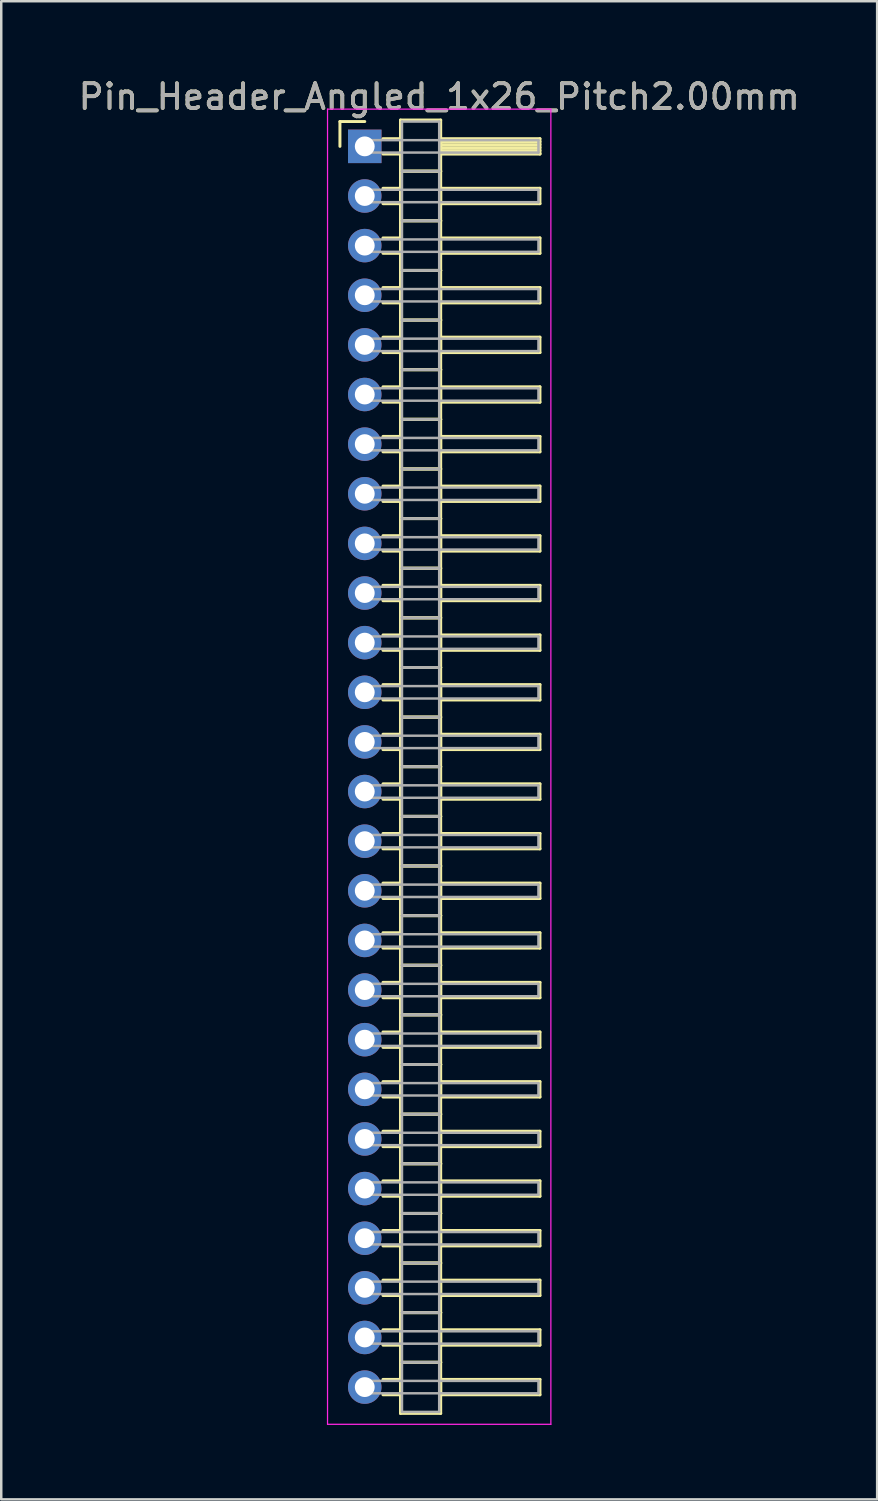
<source format=kicad_pcb>
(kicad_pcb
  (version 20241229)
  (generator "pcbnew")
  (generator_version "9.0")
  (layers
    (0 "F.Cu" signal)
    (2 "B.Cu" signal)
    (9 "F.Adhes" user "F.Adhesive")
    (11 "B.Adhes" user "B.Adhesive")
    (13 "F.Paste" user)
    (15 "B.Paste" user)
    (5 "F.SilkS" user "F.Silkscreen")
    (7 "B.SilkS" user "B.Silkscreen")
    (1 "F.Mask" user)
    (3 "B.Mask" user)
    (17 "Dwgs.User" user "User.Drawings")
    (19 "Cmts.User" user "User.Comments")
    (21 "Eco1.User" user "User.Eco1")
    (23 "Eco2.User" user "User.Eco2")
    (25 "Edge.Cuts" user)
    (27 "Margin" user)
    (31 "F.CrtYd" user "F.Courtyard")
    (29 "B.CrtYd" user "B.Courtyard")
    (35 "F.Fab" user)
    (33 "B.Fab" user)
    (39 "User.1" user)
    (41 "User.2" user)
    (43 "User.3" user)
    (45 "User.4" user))
  (footprint "Pin_Header_Angled_1x26_Pitch2.00mm"
    (layer "F.Cu")
    (at 11.649 2.848)
    (property "Reference" "Pin_Header_Angled_1x26_Pitch2.00mm" (at 3 -2 0) (layer "F.SilkS") (effects (font (size 1 1) (thickness 0.15))))
    (attr through_hole)
    (fp_line (start -1 -1) (end 0 -1) (stroke (width 0.12) (type solid)) (layer "F.SilkS"))
    (fp_line (start -1 0) (end -1 -1) (stroke (width 0.12) (type solid)) (layer "F.SilkS"))
    (fp_line (start 0.735 -0.31) (end 1.44 -0.31) (stroke (width 0.12) (type solid)) (layer "F.SilkS"))
    (fp_line (start 0.735 0.31) (end 1.44 0.31) (stroke (width 0.12) (type solid)) (layer "F.SilkS"))
    (fp_line (start 0.735 1.69) (end 1.44 1.69) (stroke (width 0.12) (type solid)) (layer "F.SilkS"))
    (fp_line (start 0.735 2.31) (end 1.44 2.31) (stroke (width 0.12) (type solid)) (layer "F.SilkS"))
    (fp_line (start 0.735 3.69) (end 1.44 3.69) (stroke (width 0.12) (type solid)) (layer "F.SilkS"))
    (fp_line (start 0.735 4.31) (end 1.44 4.31) (stroke (width 0.12) (type solid)) (layer "F.SilkS"))
    (fp_line (start 0.735 5.69) (end 1.44 5.69) (stroke (width 0.12) (type solid)) (layer "F.SilkS"))
    (fp_line (start 0.735 6.31) (end 1.44 6.31) (stroke (width 0.12) (type solid)) (layer "F.SilkS"))
    (fp_line (start 0.735 7.69) (end 1.44 7.69) (stroke (width 0.12) (type solid)) (layer "F.SilkS"))
    (fp_line (start 0.735 8.31) (end 1.44 8.31) (stroke (width 0.12) (type solid)) (layer "F.SilkS"))
    (fp_line (start 0.735 9.69) (end 1.44 9.69) (stroke (width 0.12) (type solid)) (layer "F.SilkS"))
    (fp_line (start 0.735 10.31) (end 1.44 10.31) (stroke (width 0.12) (type solid)) (layer "F.SilkS"))
    (fp_line (start 0.735 11.69) (end 1.44 11.69) (stroke (width 0.12) (type solid)) (layer "F.SilkS"))
    (fp_line (start 0.735 12.31) (end 1.44 12.31) (stroke (width 0.12) (type solid)) (layer "F.SilkS"))
    (fp_line (start 0.735 13.69) (end 1.44 13.69) (stroke (width 0.12) (type solid)) (layer "F.SilkS"))
    (fp_line (start 0.735 14.31) (end 1.44 14.31) (stroke (width 0.12) (type solid)) (layer "F.SilkS"))
    (fp_line (start 0.735 15.69) (end 1.44 15.69) (stroke (width 0.12) (type solid)) (layer "F.SilkS"))
    (fp_line (start 0.735 16.31) (end 1.44 16.31) (stroke (width 0.12) (type solid)) (layer "F.SilkS"))
    (fp_line (start 0.735 17.69) (end 1.44 17.69) (stroke (width 0.12) (type solid)) (layer "F.SilkS"))
    (fp_line (start 0.735 18.31) (end 1.44 18.31) (stroke (width 0.12) (type solid)) (layer "F.SilkS"))
    (fp_line (start 0.735 19.69) (end 1.44 19.69) (stroke (width 0.12) (type solid)) (layer "F.SilkS"))
    (fp_line (start 0.735 20.31) (end 1.44 20.31) (stroke (width 0.12) (type solid)) (layer "F.SilkS"))
    (fp_line (start 0.735 21.69) (end 1.44 21.69) (stroke (width 0.12) (type solid)) (layer "F.SilkS"))
    (fp_line (start 0.735 22.31) (end 1.44 22.31) (stroke (width 0.12) (type solid)) (layer "F.SilkS"))
    (fp_line (start 0.735 23.69) (end 1.44 23.69) (stroke (width 0.12) (type solid)) (layer "F.SilkS"))
    (fp_line (start 0.735 24.31) (end 1.44 24.31) (stroke (width 0.12) (type solid)) (layer "F.SilkS"))
    (fp_line (start 0.735 25.69) (end 1.44 25.69) (stroke (width 0.12) (type solid)) (layer "F.SilkS"))
    (fp_line (start 0.735 26.31) (end 1.44 26.31) (stroke (width 0.12) (type solid)) (layer "F.SilkS"))
    (fp_line (start 0.735 27.69) (end 1.44 27.69) (stroke (width 0.12) (type solid)) (layer "F.SilkS"))
    (fp_line (start 0.735 28.31) (end 1.44 28.31) (stroke (width 0.12) (type solid)) (layer "F.SilkS"))
    (fp_line (start 0.735 29.69) (end 1.44 29.69) (stroke (width 0.12) (type solid)) (layer "F.SilkS"))
    (fp_line (start 0.735 30.31) (end 1.44 30.31) (stroke (width 0.12) (type solid)) (layer "F.SilkS"))
    (fp_line (start 0.735 31.69) (end 1.44 31.69) (stroke (width 0.12) (type solid)) (layer "F.SilkS"))
    (fp_line (start 0.735 32.31) (end 1.44 32.31) (stroke (width 0.12) (type solid)) (layer "F.SilkS"))
    (fp_line (start 0.735 33.69) (end 1.44 33.69) (stroke (width 0.12) (type solid)) (layer "F.SilkS"))
    (fp_line (start 0.735 34.31) (end 1.44 34.31) (stroke (width 0.12) (type solid)) (layer "F.SilkS"))
    (fp_line (start 0.735 35.69) (end 1.44 35.69) (stroke (width 0.12) (type solid)) (layer "F.SilkS"))
    (fp_line (start 0.735 36.31) (end 1.44 36.31) (stroke (width 0.12) (type solid)) (layer "F.SilkS"))
    (fp_line (start 0.735 37.69) (end 1.44 37.69) (stroke (width 0.12) (type solid)) (layer "F.SilkS"))
    (fp_line (start 0.735 38.31) (end 1.44 38.31) (stroke (width 0.12) (type solid)) (layer "F.SilkS"))
    (fp_line (start 0.735 39.69) (end 1.44 39.69) (stroke (width 0.12) (type solid)) (layer "F.SilkS"))
    (fp_line (start 0.735 40.31) (end 1.44 40.31) (stroke (width 0.12) (type solid)) (layer "F.SilkS"))
    (fp_line (start 0.735 41.69) (end 1.44 41.69) (stroke (width 0.12) (type solid)) (layer "F.SilkS"))
    (fp_line (start 0.735 42.31) (end 1.44 42.31) (stroke (width 0.12) (type solid)) (layer "F.SilkS"))
    (fp_line (start 0.735 43.69) (end 1.44 43.69) (stroke (width 0.12) (type solid)) (layer "F.SilkS"))
    (fp_line (start 0.735 44.31) (end 1.44 44.31) (stroke (width 0.12) (type solid)) (layer "F.SilkS"))
    (fp_line (start 0.735 45.69) (end 1.44 45.69) (stroke (width 0.12) (type solid)) (layer "F.SilkS"))
    (fp_line (start 0.735 46.31) (end 1.44 46.31) (stroke (width 0.12) (type solid)) (layer "F.SilkS"))
    (fp_line (start 0.735 47.69) (end 1.44 47.69) (stroke (width 0.12) (type solid)) (layer "F.SilkS"))
    (fp_line (start 0.735 48.31) (end 1.44 48.31) (stroke (width 0.12) (type solid)) (layer "F.SilkS"))
    (fp_line (start 0.735 49.69) (end 1.44 49.69) (stroke (width 0.12) (type solid)) (layer "F.SilkS"))
    (fp_line (start 0.735 50.31) (end 1.44 50.31) (stroke (width 0.12) (type solid)) (layer "F.SilkS"))
    (fp_line (start 1.44 -1.06) (end 1.44 1) (stroke (width 0.12) (type solid)) (layer "F.SilkS"))
    (fp_line (start 1.44 1) (end 1.44 3) (stroke (width 0.12) (type solid)) (layer "F.SilkS"))
    (fp_line (start 1.44 1) (end 3.06 1) (stroke (width 0.12) (type solid)) (layer "F.SilkS"))
    (fp_line (start 1.44 3) (end 1.44 5) (stroke (width 0.12) (type solid)) (layer "F.SilkS"))
    (fp_line (start 1.44 3) (end 3.06 3) (stroke (width 0.12) (type solid)) (layer "F.SilkS"))
    (fp_line (start 1.44 5) (end 1.44 7) (stroke (width 0.12) (type solid)) (layer "F.SilkS"))
    (fp_line (start 1.44 5) (end 3.06 5) (stroke (width 0.12) (type solid)) (layer "F.SilkS"))
    (fp_line (start 1.44 7) (end 1.44 9) (stroke (width 0.12) (type solid)) (layer "F.SilkS"))
    (fp_line (start 1.44 7) (end 3.06 7) (stroke (width 0.12) (type solid)) (layer "F.SilkS"))
    (fp_line (start 1.44 9) (end 1.44 11) (stroke (width 0.12) (type solid)) (layer "F.SilkS"))
    (fp_line (start 1.44 9) (end 3.06 9) (stroke (width 0.12) (type solid)) (layer "F.SilkS"))
    (fp_line (start 1.44 11) (end 1.44 13) (stroke (width 0.12) (type solid)) (layer "F.SilkS"))
    (fp_line (start 1.44 11) (end 3.06 11) (stroke (width 0.12) (type solid)) (layer "F.SilkS"))
    (fp_line (start 1.44 13) (end 1.44 15) (stroke (width 0.12) (type solid)) (layer "F.SilkS"))
    (fp_line (start 1.44 13) (end 3.06 13) (stroke (width 0.12) (type solid)) (layer "F.SilkS"))
    (fp_line (start 1.44 15) (end 1.44 17) (stroke (width 0.12) (type solid)) (layer "F.SilkS"))
    (fp_line (start 1.44 15) (end 3.06 15) (stroke (width 0.12) (type solid)) (layer "F.SilkS"))
    (fp_line (start 1.44 17) (end 1.44 19) (stroke (width 0.12) (type solid)) (layer "F.SilkS"))
    (fp_line (start 1.44 17) (end 3.06 17) (stroke (width 0.12) (type solid)) (layer "F.SilkS"))
    (fp_line (start 1.44 19) (end 1.44 21) (stroke (width 0.12) (type solid)) (layer "F.SilkS"))
    (fp_line (start 1.44 19) (end 3.06 19) (stroke (width 0.12) (type solid)) (layer "F.SilkS"))
    (fp_line (start 1.44 21) (end 1.44 23) (stroke (width 0.12) (type solid)) (layer "F.SilkS"))
    (fp_line (start 1.44 21) (end 3.06 21) (stroke (width 0.12) (type solid)) (layer "F.SilkS"))
    (fp_line (start 1.44 23) (end 1.44 25) (stroke (width 0.12) (type solid)) (layer "F.SilkS"))
    (fp_line (start 1.44 23) (end 3.06 23) (stroke (width 0.12) (type solid)) (layer "F.SilkS"))
    (fp_line (start 1.44 25) (end 1.44 27) (stroke (width 0.12) (type solid)) (layer "F.SilkS"))
    (fp_line (start 1.44 25) (end 3.06 25) (stroke (width 0.12) (type solid)) (layer "F.SilkS"))
    (fp_line (start 1.44 27) (end 1.44 29) (stroke (width 0.12) (type solid)) (layer "F.SilkS"))
    (fp_line (start 1.44 27) (end 3.06 27) (stroke (width 0.12) (type solid)) (layer "F.SilkS"))
    (fp_line (start 1.44 29) (end 1.44 31) (stroke (width 0.12) (type solid)) (layer "F.SilkS"))
    (fp_line (start 1.44 29) (end 3.06 29) (stroke (width 0.12) (type solid)) (layer "F.SilkS"))
    (fp_line (start 1.44 31) (end 1.44 33) (stroke (width 0.12) (type solid)) (layer "F.SilkS"))
    (fp_line (start 1.44 31) (end 3.06 31) (stroke (width 0.12) (type solid)) (layer "F.SilkS"))
    (fp_line (start 1.44 33) (end 1.44 35) (stroke (width 0.12) (type solid)) (layer "F.SilkS"))
    (fp_line (start 1.44 33) (end 3.06 33) (stroke (width 0.12) (type solid)) (layer "F.SilkS"))
    (fp_line (start 1.44 35) (end 1.44 37) (stroke (width 0.12) (type solid)) (layer "F.SilkS"))
    (fp_line (start 1.44 35) (end 3.06 35) (stroke (width 0.12) (type solid)) (layer "F.SilkS"))
    (fp_line (start 1.44 37) (end 1.44 39) (stroke (width 0.12) (type solid)) (layer "F.SilkS"))
    (fp_line (start 1.44 37) (end 3.06 37) (stroke (width 0.12) (type solid)) (layer "F.SilkS"))
    (fp_line (start 1.44 39) (end 1.44 41) (stroke (width 0.12) (type solid)) (layer "F.SilkS"))
    (fp_line (start 1.44 39) (end 3.06 39) (stroke (width 0.12) (type solid)) (layer "F.SilkS"))
    (fp_line (start 1.44 41) (end 1.44 43) (stroke (width 0.12) (type solid)) (layer "F.SilkS"))
    (fp_line (start 1.44 41) (end 3.06 41) (stroke (width 0.12) (type solid)) (layer "F.SilkS"))
    (fp_line (start 1.44 43) (end 1.44 45) (stroke (width 0.12) (type solid)) (layer "F.SilkS"))
    (fp_line (start 1.44 43) (end 3.06 43) (stroke (width 0.12) (type solid)) (layer "F.SilkS"))
    (fp_line (start 1.44 45) (end 1.44 47) (stroke (width 0.12) (type solid)) (layer "F.SilkS"))
    (fp_line (start 1.44 45) (end 3.06 45) (stroke (width 0.12) (type solid)) (layer "F.SilkS"))
    (fp_line (start 1.44 47) (end 1.44 49) (stroke (width 0.12) (type solid)) (layer "F.SilkS"))
    (fp_line (start 1.44 47) (end 3.06 47) (stroke (width 0.12) (type solid)) (layer "F.SilkS"))
    (fp_line (start 1.44 49) (end 1.44 51.06) (stroke (width 0.12) (type solid)) (layer "F.SilkS"))
    (fp_line (start 1.44 49) (end 3.06 49) (stroke (width 0.12) (type solid)) (layer "F.SilkS"))
    (fp_line (start 1.44 51.06) (end 3.06 51.06) (stroke (width 0.12) (type solid)) (layer "F.SilkS"))
    (fp_line (start 3.06 -1.06) (end 1.44 -1.06) (stroke (width 0.12) (type solid)) (layer "F.SilkS"))
    (fp_line (start 3.06 -0.31) (end 3.06 0.31) (stroke (width 0.12) (type solid)) (layer "F.SilkS"))
    (fp_line (start 3.06 -0.19) (end 7.06 -0.19) (stroke (width 0.12) (type solid)) (layer "F.SilkS"))
    (fp_line (start 3.06 -0.07) (end 7.06 -0.07) (stroke (width 0.12) (type solid)) (layer "F.SilkS"))
    (fp_line (start 3.06 0.05) (end 7.06 0.05) (stroke (width 0.12) (type solid)) (layer "F.SilkS"))
    (fp_line (start 3.06 0.17) (end 7.06 0.17) (stroke (width 0.12) (type solid)) (layer "F.SilkS"))
    (fp_line (start 3.06 0.29) (end 7.06 0.29) (stroke (width 0.12) (type solid)) (layer "F.SilkS"))
    (fp_line (start 3.06 0.31) (end 7.06 0.31) (stroke (width 0.12) (type solid)) (layer "F.SilkS"))
    (fp_line (start 3.06 1) (end 1.44 1) (stroke (width 0.12) (type solid)) (layer "F.SilkS"))
    (fp_line (start 3.06 1) (end 3.06 -1.06) (stroke (width 0.12) (type solid)) (layer "F.SilkS"))
    (fp_line (start 3.06 1.69) (end 3.06 2.31) (stroke (width 0.12) (type solid)) (layer "F.SilkS"))
    (fp_line (start 3.06 2.31) (end 7.06 2.31) (stroke (width 0.12) (type solid)) (layer "F.SilkS"))
    (fp_line (start 3.06 3) (end 1.44 3) (stroke (width 0.12) (type solid)) (layer "F.SilkS"))
    (fp_line (start 3.06 3) (end 3.06 1) (stroke (width 0.12) (type solid)) (layer "F.SilkS"))
    (fp_line (start 3.06 3.69) (end 3.06 4.31) (stroke (width 0.12) (type solid)) (layer "F.SilkS"))
    (fp_line (start 3.06 4.31) (end 7.06 4.31) (stroke (width 0.12) (type solid)) (layer "F.SilkS"))
    (fp_line (start 3.06 5) (end 1.44 5) (stroke (width 0.12) (type solid)) (layer "F.SilkS"))
    (fp_line (start 3.06 5) (end 3.06 3) (stroke (width 0.12) (type solid)) (layer "F.SilkS"))
    (fp_line (start 3.06 5.69) (end 3.06 6.31) (stroke (width 0.12) (type solid)) (layer "F.SilkS"))
    (fp_line (start 3.06 6.31) (end 7.06 6.31) (stroke (width 0.12) (type solid)) (layer "F.SilkS"))
    (fp_line (start 3.06 7) (end 1.44 7) (stroke (width 0.12) (type solid)) (layer "F.SilkS"))
    (fp_line (start 3.06 7) (end 3.06 5) (stroke (width 0.12) (type solid)) (layer "F.SilkS"))
    (fp_line (start 3.06 7.69) (end 3.06 8.31) (stroke (width 0.12) (type solid)) (layer "F.SilkS"))
    (fp_line (start 3.06 8.31) (end 7.06 8.31) (stroke (width 0.12) (type solid)) (layer "F.SilkS"))
    (fp_line (start 3.06 9) (end 1.44 9) (stroke (width 0.12) (type solid)) (layer "F.SilkS"))
    (fp_line (start 3.06 9) (end 3.06 7) (stroke (width 0.12) (type solid)) (layer "F.SilkS"))
    (fp_line (start 3.06 9.69) (end 3.06 10.31) (stroke (width 0.12) (type solid)) (layer "F.SilkS"))
    (fp_line (start 3.06 10.31) (end 7.06 10.31) (stroke (width 0.12) (type solid)) (layer "F.SilkS"))
    (fp_line (start 3.06 11) (end 1.44 11) (stroke (width 0.12) (type solid)) (layer "F.SilkS"))
    (fp_line (start 3.06 11) (end 3.06 9) (stroke (width 0.12) (type solid)) (layer "F.SilkS"))
    (fp_line (start 3.06 11.69) (end 3.06 12.31) (stroke (width 0.12) (type solid)) (layer "F.SilkS"))
    (fp_line (start 3.06 12.31) (end 7.06 12.31) (stroke (width 0.12) (type solid)) (layer "F.SilkS"))
    (fp_line (start 3.06 13) (end 1.44 13) (stroke (width 0.12) (type solid)) (layer "F.SilkS"))
    (fp_line (start 3.06 13) (end 3.06 11) (stroke (width 0.12) (type solid)) (layer "F.SilkS"))
    (fp_line (start 3.06 13.69) (end 3.06 14.31) (stroke (width 0.12) (type solid)) (layer "F.SilkS"))
    (fp_line (start 3.06 14.31) (end 7.06 14.31) (stroke (width 0.12) (type solid)) (layer "F.SilkS"))
    (fp_line (start 3.06 15) (end 1.44 15) (stroke (width 0.12) (type solid)) (layer "F.SilkS"))
    (fp_line (start 3.06 15) (end 3.06 13) (stroke (width 0.12) (type solid)) (layer "F.SilkS"))
    (fp_line (start 3.06 15.69) (end 3.06 16.31) (stroke (width 0.12) (type solid)) (layer "F.SilkS"))
    (fp_line (start 3.06 16.31) (end 7.06 16.31) (stroke (width 0.12) (type solid)) (layer "F.SilkS"))
    (fp_line (start 3.06 17) (end 1.44 17) (stroke (width 0.12) (type solid)) (layer "F.SilkS"))
    (fp_line (start 3.06 17) (end 3.06 15) (stroke (width 0.12) (type solid)) (layer "F.SilkS"))
    (fp_line (start 3.06 17.69) (end 3.06 18.31) (stroke (width 0.12) (type solid)) (layer "F.SilkS"))
    (fp_line (start 3.06 18.31) (end 7.06 18.31) (stroke (width 0.12) (type solid)) (layer "F.SilkS"))
    (fp_line (start 3.06 19) (end 1.44 19) (stroke (width 0.12) (type solid)) (layer "F.SilkS"))
    (fp_line (start 3.06 19) (end 3.06 17) (stroke (width 0.12) (type solid)) (layer "F.SilkS"))
    (fp_line (start 3.06 19.69) (end 3.06 20.31) (stroke (width 0.12) (type solid)) (layer "F.SilkS"))
    (fp_line (start 3.06 20.31) (end 7.06 20.31) (stroke (width 0.12) (type solid)) (layer "F.SilkS"))
    (fp_line (start 3.06 21) (end 1.44 21) (stroke (width 0.12) (type solid)) (layer "F.SilkS"))
    (fp_line (start 3.06 21) (end 3.06 19) (stroke (width 0.12) (type solid)) (layer "F.SilkS"))
    (fp_line (start 3.06 21.69) (end 3.06 22.31) (stroke (width 0.12) (type solid)) (layer "F.SilkS"))
    (fp_line (start 3.06 22.31) (end 7.06 22.31) (stroke (width 0.12) (type solid)) (layer "F.SilkS"))
    (fp_line (start 3.06 23) (end 1.44 23) (stroke (width 0.12) (type solid)) (layer "F.SilkS"))
    (fp_line (start 3.06 23) (end 3.06 21) (stroke (width 0.12) (type solid)) (layer "F.SilkS"))
    (fp_line (start 3.06 23.69) (end 3.06 24.31) (stroke (width 0.12) (type solid)) (layer "F.SilkS"))
    (fp_line (start 3.06 24.31) (end 7.06 24.31) (stroke (width 0.12) (type solid)) (layer "F.SilkS"))
    (fp_line (start 3.06 25) (end 1.44 25) (stroke (width 0.12) (type solid)) (layer "F.SilkS"))
    (fp_line (start 3.06 25) (end 3.06 23) (stroke (width 0.12) (type solid)) (layer "F.SilkS"))
    (fp_line (start 3.06 25.69) (end 3.06 26.31) (stroke (width 0.12) (type solid)) (layer "F.SilkS"))
    (fp_line (start 3.06 26.31) (end 7.06 26.31) (stroke (width 0.12) (type solid)) (layer "F.SilkS"))
    (fp_line (start 3.06 27) (end 1.44 27) (stroke (width 0.12) (type solid)) (layer "F.SilkS"))
    (fp_line (start 3.06 27) (end 3.06 25) (stroke (width 0.12) (type solid)) (layer "F.SilkS"))
    (fp_line (start 3.06 27.69) (end 3.06 28.31) (stroke (width 0.12) (type solid)) (layer "F.SilkS"))
    (fp_line (start 3.06 28.31) (end 7.06 28.31) (stroke (width 0.12) (type solid)) (layer "F.SilkS"))
    (fp_line (start 3.06 29) (end 1.44 29) (stroke (width 0.12) (type solid)) (layer "F.SilkS"))
    (fp_line (start 3.06 29) (end 3.06 27) (stroke (width 0.12) (type solid)) (layer "F.SilkS"))
    (fp_line (start 3.06 29.69) (end 3.06 30.31) (stroke (width 0.12) (type solid)) (layer "F.SilkS"))
    (fp_line (start 3.06 30.31) (end 7.06 30.31) (stroke (width 0.12) (type solid)) (layer "F.SilkS"))
    (fp_line (start 3.06 31) (end 1.44 31) (stroke (width 0.12) (type solid)) (layer "F.SilkS"))
    (fp_line (start 3.06 31) (end 3.06 29) (stroke (width 0.12) (type solid)) (layer "F.SilkS"))
    (fp_line (start 3.06 31.69) (end 3.06 32.31) (stroke (width 0.12) (type solid)) (layer "F.SilkS"))
    (fp_line (start 3.06 32.31) (end 7.06 32.31) (stroke (width 0.12) (type solid)) (layer "F.SilkS"))
    (fp_line (start 3.06 33) (end 1.44 33) (stroke (width 0.12) (type solid)) (layer "F.SilkS"))
    (fp_line (start 3.06 33) (end 3.06 31) (stroke (width 0.12) (type solid)) (layer "F.SilkS"))
    (fp_line (start 3.06 33.69) (end 3.06 34.31) (stroke (width 0.12) (type solid)) (layer "F.SilkS"))
    (fp_line (start 3.06 34.31) (end 7.06 34.31) (stroke (width 0.12) (type solid)) (layer "F.SilkS"))
    (fp_line (start 3.06 35) (end 1.44 35) (stroke (width 0.12) (type solid)) (layer "F.SilkS"))
    (fp_line (start 3.06 35) (end 3.06 33) (stroke (width 0.12) (type solid)) (layer "F.SilkS"))
    (fp_line (start 3.06 35.69) (end 3.06 36.31) (stroke (width 0.12) (type solid)) (layer "F.SilkS"))
    (fp_line (start 3.06 36.31) (end 7.06 36.31) (stroke (width 0.12) (type solid)) (layer "F.SilkS"))
    (fp_line (start 3.06 37) (end 1.44 37) (stroke (width 0.12) (type solid)) (layer "F.SilkS"))
    (fp_line (start 3.06 37) (end 3.06 35) (stroke (width 0.12) (type solid)) (layer "F.SilkS"))
    (fp_line (start 3.06 37.69) (end 3.06 38.31) (stroke (width 0.12) (type solid)) (layer "F.SilkS"))
    (fp_line (start 3.06 38.31) (end 7.06 38.31) (stroke (width 0.12) (type solid)) (layer "F.SilkS"))
    (fp_line (start 3.06 39) (end 1.44 39) (stroke (width 0.12) (type solid)) (layer "F.SilkS"))
    (fp_line (start 3.06 39) (end 3.06 37) (stroke (width 0.12) (type solid)) (layer "F.SilkS"))
    (fp_line (start 3.06 39.69) (end 3.06 40.31) (stroke (width 0.12) (type solid)) (layer "F.SilkS"))
    (fp_line (start 3.06 40.31) (end 7.06 40.31) (stroke (width 0.12) (type solid)) (layer "F.SilkS"))
    (fp_line (start 3.06 41) (end 1.44 41) (stroke (width 0.12) (type solid)) (layer "F.SilkS"))
    (fp_line (start 3.06 41) (end 3.06 39) (stroke (width 0.12) (type solid)) (layer "F.SilkS"))
    (fp_line (start 3.06 41.69) (end 3.06 42.31) (stroke (width 0.12) (type solid)) (layer "F.SilkS"))
    (fp_line (start 3.06 42.31) (end 7.06 42.31) (stroke (width 0.12) (type solid)) (layer "F.SilkS"))
    (fp_line (start 3.06 43) (end 1.44 43) (stroke (width 0.12) (type solid)) (layer "F.SilkS"))
    (fp_line (start 3.06 43) (end 3.06 41) (stroke (width 0.12) (type solid)) (layer "F.SilkS"))
    (fp_line (start 3.06 43.69) (end 3.06 44.31) (stroke (width 0.12) (type solid)) (layer "F.SilkS"))
    (fp_line (start 3.06 44.31) (end 7.06 44.31) (stroke (width 0.12) (type solid)) (layer "F.SilkS"))
    (fp_line (start 3.06 45) (end 1.44 45) (stroke (width 0.12) (type solid)) (layer "F.SilkS"))
    (fp_line (start 3.06 45) (end 3.06 43) (stroke (width 0.12) (type solid)) (layer "F.SilkS"))
    (fp_line (start 3.06 45.69) (end 3.06 46.31) (stroke (width 0.12) (type solid)) (layer "F.SilkS"))
    (fp_line (start 3.06 46.31) (end 7.06 46.31) (stroke (width 0.12) (type solid)) (layer "F.SilkS"))
    (fp_line (start 3.06 47) (end 1.44 47) (stroke (width 0.12) (type solid)) (layer "F.SilkS"))
    (fp_line (start 3.06 47) (end 3.06 45) (stroke (width 0.12) (type solid)) (layer "F.SilkS"))
    (fp_line (start 3.06 47.69) (end 3.06 48.31) (stroke (width 0.12) (type solid)) (layer "F.SilkS"))
    (fp_line (start 3.06 48.31) (end 7.06 48.31) (stroke (width 0.12) (type solid)) (layer "F.SilkS"))
    (fp_line (start 3.06 49) (end 1.44 49) (stroke (width 0.12) (type solid)) (layer "F.SilkS"))
    (fp_line (start 3.06 49) (end 3.06 47) (stroke (width 0.12) (type solid)) (layer "F.SilkS"))
    (fp_line (start 3.06 49.69) (end 3.06 50.31) (stroke (width 0.12) (type solid)) (layer "F.SilkS"))
    (fp_line (start 3.06 50.31) (end 7.06 50.31) (stroke (width 0.12) (type solid)) (layer "F.SilkS"))
    (fp_line (start 3.06 51.06) (end 3.06 49) (stroke (width 0.12) (type solid)) (layer "F.SilkS"))
    (fp_line (start 7.06 -0.31) (end 3.06 -0.31) (stroke (width 0.12) (type solid)) (layer "F.SilkS"))
    (fp_line (start 7.06 0.31) (end 7.06 -0.31) (stroke (width 0.12) (type solid)) (layer "F.SilkS"))
    (fp_line (start 7.06 1.69) (end 3.06 1.69) (stroke (width 0.12) (type solid)) (layer "F.SilkS"))
    (fp_line (start 7.06 2.31) (end 7.06 1.69) (stroke (width 0.12) (type solid)) (layer "F.SilkS"))
    (fp_line (start 7.06 3.69) (end 3.06 3.69) (stroke (width 0.12) (type solid)) (layer "F.SilkS"))
    (fp_line (start 7.06 4.31) (end 7.06 3.69) (stroke (width 0.12) (type solid)) (layer "F.SilkS"))
    (fp_line (start 7.06 5.69) (end 3.06 5.69) (stroke (width 0.12) (type solid)) (layer "F.SilkS"))
    (fp_line (start 7.06 6.31) (end 7.06 5.69) (stroke (width 0.12) (type solid)) (layer "F.SilkS"))
    (fp_line (start 7.06 7.69) (end 3.06 7.69) (stroke (width 0.12) (type solid)) (layer "F.SilkS"))
    (fp_line (start 7.06 8.31) (end 7.06 7.69) (stroke (width 0.12) (type solid)) (layer "F.SilkS"))
    (fp_line (start 7.06 9.69) (end 3.06 9.69) (stroke (width 0.12) (type solid)) (layer "F.SilkS"))
    (fp_line (start 7.06 10.31) (end 7.06 9.69) (stroke (width 0.12) (type solid)) (layer "F.SilkS"))
    (fp_line (start 7.06 11.69) (end 3.06 11.69) (stroke (width 0.12) (type solid)) (layer "F.SilkS"))
    (fp_line (start 7.06 12.31) (end 7.06 11.69) (stroke (width 0.12) (type solid)) (layer "F.SilkS"))
    (fp_line (start 7.06 13.69) (end 3.06 13.69) (stroke (width 0.12) (type solid)) (layer "F.SilkS"))
    (fp_line (start 7.06 14.31) (end 7.06 13.69) (stroke (width 0.12) (type solid)) (layer "F.SilkS"))
    (fp_line (start 7.06 15.69) (end 3.06 15.69) (stroke (width 0.12) (type solid)) (layer "F.SilkS"))
    (fp_line (start 7.06 16.31) (end 7.06 15.69) (stroke (width 0.12) (type solid)) (layer "F.SilkS"))
    (fp_line (start 7.06 17.69) (end 3.06 17.69) (stroke (width 0.12) (type solid)) (layer "F.SilkS"))
    (fp_line (start 7.06 18.31) (end 7.06 17.69) (stroke (width 0.12) (type solid)) (layer "F.SilkS"))
    (fp_line (start 7.06 19.69) (end 3.06 19.69) (stroke (width 0.12) (type solid)) (layer "F.SilkS"))
    (fp_line (start 7.06 20.31) (end 7.06 19.69) (stroke (width 0.12) (type solid)) (layer "F.SilkS"))
    (fp_line (start 7.06 21.69) (end 3.06 21.69) (stroke (width 0.12) (type solid)) (layer "F.SilkS"))
    (fp_line (start 7.06 22.31) (end 7.06 21.69) (stroke (width 0.12) (type solid)) (layer "F.SilkS"))
    (fp_line (start 7.06 23.69) (end 3.06 23.69) (stroke (width 0.12) (type solid)) (layer "F.SilkS"))
    (fp_line (start 7.06 24.31) (end 7.06 23.69) (stroke (width 0.12) (type solid)) (layer "F.SilkS"))
    (fp_line (start 7.06 25.69) (end 3.06 25.69) (stroke (width 0.12) (type solid)) (layer "F.SilkS"))
    (fp_line (start 7.06 26.31) (end 7.06 25.69) (stroke (width 0.12) (type solid)) (layer "F.SilkS"))
    (fp_line (start 7.06 27.69) (end 3.06 27.69) (stroke (width 0.12) (type solid)) (layer "F.SilkS"))
    (fp_line (start 7.06 28.31) (end 7.06 27.69) (stroke (width 0.12) (type solid)) (layer "F.SilkS"))
    (fp_line (start 7.06 29.69) (end 3.06 29.69) (stroke (width 0.12) (type solid)) (layer "F.SilkS"))
    (fp_line (start 7.06 30.31) (end 7.06 29.69) (stroke (width 0.12) (type solid)) (layer "F.SilkS"))
    (fp_line (start 7.06 31.69) (end 3.06 31.69) (stroke (width 0.12) (type solid)) (layer "F.SilkS"))
    (fp_line (start 7.06 32.31) (end 7.06 31.69) (stroke (width 0.12) (type solid)) (layer "F.SilkS"))
    (fp_line (start 7.06 33.69) (end 3.06 33.69) (stroke (width 0.12) (type solid)) (layer "F.SilkS"))
    (fp_line (start 7.06 34.31) (end 7.06 33.69) (stroke (width 0.12) (type solid)) (layer "F.SilkS"))
    (fp_line (start 7.06 35.69) (end 3.06 35.69) (stroke (width 0.12) (type solid)) (layer "F.SilkS"))
    (fp_line (start 7.06 36.31) (end 7.06 35.69) (stroke (width 0.12) (type solid)) (layer "F.SilkS"))
    (fp_line (start 7.06 37.69) (end 3.06 37.69) (stroke (width 0.12) (type solid)) (layer "F.SilkS"))
    (fp_line (start 7.06 38.31) (end 7.06 37.69) (stroke (width 0.12) (type solid)) (layer "F.SilkS"))
    (fp_line (start 7.06 39.69) (end 3.06 39.69) (stroke (width 0.12) (type solid)) (layer "F.SilkS"))
    (fp_line (start 7.06 40.31) (end 7.06 39.69) (stroke (width 0.12) (type solid)) (layer "F.SilkS"))
    (fp_line (start 7.06 41.69) (end 3.06 41.69) (stroke (width 0.12) (type solid)) (layer "F.SilkS"))
    (fp_line (start 7.06 42.31) (end 7.06 41.69) (stroke (width 0.12) (type solid)) (layer "F.SilkS"))
    (fp_line (start 7.06 43.69) (end 3.06 43.69) (stroke (width 0.12) (type solid)) (layer "F.SilkS"))
    (fp_line (start 7.06 44.31) (end 7.06 43.69) (stroke (width 0.12) (type solid)) (layer "F.SilkS"))
    (fp_line (start 7.06 45.69) (end 3.06 45.69) (stroke (width 0.12) (type solid)) (layer "F.SilkS"))
    (fp_line (start 7.06 46.31) (end 7.06 45.69) (stroke (width 0.12) (type solid)) (layer "F.SilkS"))
    (fp_line (start 7.06 47.69) (end 3.06 47.69) (stroke (width 0.12) (type solid)) (layer "F.SilkS"))
    (fp_line (start 7.06 48.31) (end 7.06 47.69) (stroke (width 0.12) (type solid)) (layer "F.SilkS"))
    (fp_line (start 7.06 49.69) (end 3.06 49.69) (stroke (width 0.12) (type solid)) (layer "F.SilkS"))
    (fp_line (start 7.06 50.31) (end 7.06 49.69) (stroke (width 0.12) (type solid)) (layer "F.SilkS"))
    (fp_line (start -1.5 -1.5) (end -1.5 51.5) (stroke (width 0.05) (type solid)) (layer "F.CrtYd"))
    (fp_line (start -1.5 51.5) (end 7.5 51.5) (stroke (width 0.05) (type solid)) (layer "F.CrtYd"))
    (fp_line (start 7.5 -1.5) (end -1.5 -1.5) (stroke (width 0.05) (type solid)) (layer "F.CrtYd"))
    (fp_line (start 7.5 51.5) (end 7.5 -1.5) (stroke (width 0.05) (type solid)) (layer "F.CrtYd"))
    (fp_line (start 0 -0.25) (end 0 0.25) (stroke (width 0.1) (type solid)) (layer "F.Fab"))
    (fp_line (start 0 0.25) (end 7 0.25) (stroke (width 0.1) (type solid)) (layer "F.Fab"))
    (fp_line (start 0 1.75) (end 0 2.25) (stroke (width 0.1) (type solid)) (layer "F.Fab"))
    (fp_line (start 0 2.25) (end 7 2.25) (stroke (width 0.1) (type solid)) (layer "F.Fab"))
    (fp_line (start 0 3.75) (end 0 4.25) (stroke (width 0.1) (type solid)) (layer "F.Fab"))
    (fp_line (start 0 4.25) (end 7 4.25) (stroke (width 0.1) (type solid)) (layer "F.Fab"))
    (fp_line (start 0 5.75) (end 0 6.25) (stroke (width 0.1) (type solid)) (layer "F.Fab"))
    (fp_line (start 0 6.25) (end 7 6.25) (stroke (width 0.1) (type solid)) (layer "F.Fab"))
    (fp_line (start 0 7.75) (end 0 8.25) (stroke (width 0.1) (type solid)) (layer "F.Fab"))
    (fp_line (start 0 8.25) (end 7 8.25) (stroke (width 0.1) (type solid)) (layer "F.Fab"))
    (fp_line (start 0 9.75) (end 0 10.25) (stroke (width 0.1) (type solid)) (layer "F.Fab"))
    (fp_line (start 0 10.25) (end 7 10.25) (stroke (width 0.1) (type solid)) (layer "F.Fab"))
    (fp_line (start 0 11.75) (end 0 12.25) (stroke (width 0.1) (type solid)) (layer "F.Fab"))
    (fp_line (start 0 12.25) (end 7 12.25) (stroke (width 0.1) (type solid)) (layer "F.Fab"))
    (fp_line (start 0 13.75) (end 0 14.25) (stroke (width 0.1) (type solid)) (layer "F.Fab"))
    (fp_line (start 0 14.25) (end 7 14.25) (stroke (width 0.1) (type solid)) (layer "F.Fab"))
    (fp_line (start 0 15.75) (end 0 16.25) (stroke (width 0.1) (type solid)) (layer "F.Fab"))
    (fp_line (start 0 16.25) (end 7 16.25) (stroke (width 0.1) (type solid)) (layer "F.Fab"))
    (fp_line (start 0 17.75) (end 0 18.25) (stroke (width 0.1) (type solid)) (layer "F.Fab"))
    (fp_line (start 0 18.25) (end 7 18.25) (stroke (width 0.1) (type solid)) (layer "F.Fab"))
    (fp_line (start 0 19.75) (end 0 20.25) (stroke (width 0.1) (type solid)) (layer "F.Fab"))
    (fp_line (start 0 20.25) (end 7 20.25) (stroke (width 0.1) (type solid)) (layer "F.Fab"))
    (fp_line (start 0 21.75) (end 0 22.25) (stroke (width 0.1) (type solid)) (layer "F.Fab"))
    (fp_line (start 0 22.25) (end 7 22.25) (stroke (width 0.1) (type solid)) (layer "F.Fab"))
    (fp_line (start 0 23.75) (end 0 24.25) (stroke (width 0.1) (type solid)) (layer "F.Fab"))
    (fp_line (start 0 24.25) (end 7 24.25) (stroke (width 0.1) (type solid)) (layer "F.Fab"))
    (fp_line (start 0 25.75) (end 0 26.25) (stroke (width 0.1) (type solid)) (layer "F.Fab"))
    (fp_line (start 0 26.25) (end 7 26.25) (stroke (width 0.1) (type solid)) (layer "F.Fab"))
    (fp_line (start 0 27.75) (end 0 28.25) (stroke (width 0.1) (type solid)) (layer "F.Fab"))
    (fp_line (start 0 28.25) (end 7 28.25) (stroke (width 0.1) (type solid)) (layer "F.Fab"))
    (fp_line (start 0 29.75) (end 0 30.25) (stroke (width 0.1) (type solid)) (layer "F.Fab"))
    (fp_line (start 0 30.25) (end 7 30.25) (stroke (width 0.1) (type solid)) (layer "F.Fab"))
    (fp_line (start 0 31.75) (end 0 32.25) (stroke (width 0.1) (type solid)) (layer "F.Fab"))
    (fp_line (start 0 32.25) (end 7 32.25) (stroke (width 0.1) (type solid)) (layer "F.Fab"))
    (fp_line (start 0 33.75) (end 0 34.25) (stroke (width 0.1) (type solid)) (layer "F.Fab"))
    (fp_line (start 0 34.25) (end 7 34.25) (stroke (width 0.1) (type solid)) (layer "F.Fab"))
    (fp_line (start 0 35.75) (end 0 36.25) (stroke (width 0.1) (type solid)) (layer "F.Fab"))
    (fp_line (start 0 36.25) (end 7 36.25) (stroke (width 0.1) (type solid)) (layer "F.Fab"))
    (fp_line (start 0 37.75) (end 0 38.25) (stroke (width 0.1) (type solid)) (layer "F.Fab"))
    (fp_line (start 0 38.25) (end 7 38.25) (stroke (width 0.1) (type solid)) (layer "F.Fab"))
    (fp_line (start 0 39.75) (end 0 40.25) (stroke (width 0.1) (type solid)) (layer "F.Fab"))
    (fp_line (start 0 40.25) (end 7 40.25) (stroke (width 0.1) (type solid)) (layer "F.Fab"))
    (fp_line (start 0 41.75) (end 0 42.25) (stroke (width 0.1) (type solid)) (layer "F.Fab"))
    (fp_line (start 0 42.25) (end 7 42.25) (stroke (width 0.1) (type solid)) (layer "F.Fab"))
    (fp_line (start 0 43.75) (end 0 44.25) (stroke (width 0.1) (type solid)) (layer "F.Fab"))
    (fp_line (start 0 44.25) (end 7 44.25) (stroke (width 0.1) (type solid)) (layer "F.Fab"))
    (fp_line (start 0 45.75) (end 0 46.25) (stroke (width 0.1) (type solid)) (layer "F.Fab"))
    (fp_line (start 0 46.25) (end 7 46.25) (stroke (width 0.1) (type solid)) (layer "F.Fab"))
    (fp_line (start 0 47.75) (end 0 48.25) (stroke (width 0.1) (type solid)) (layer "F.Fab"))
    (fp_line (start 0 48.25) (end 7 48.25) (stroke (width 0.1) (type solid)) (layer "F.Fab"))
    (fp_line (start 0 49.75) (end 0 50.25) (stroke (width 0.1) (type solid)) (layer "F.Fab"))
    (fp_line (start 0 50.25) (end 7 50.25) (stroke (width 0.1) (type solid)) (layer "F.Fab"))
    (fp_line (start 1.5 -1) (end 1.5 1) (stroke (width 0.1) (type solid)) (layer "F.Fab"))
    (fp_line (start 1.5 1) (end 1.5 3) (stroke (width 0.1) (type solid)) (layer "F.Fab"))
    (fp_line (start 1.5 1) (end 3 1) (stroke (width 0.1) (type solid)) (layer "F.Fab"))
    (fp_line (start 1.5 3) (end 1.5 5) (stroke (width 0.1) (type solid)) (layer "F.Fab"))
    (fp_line (start 1.5 3) (end 3 3) (stroke (width 0.1) (type solid)) (layer "F.Fab"))
    (fp_line (start 1.5 5) (end 1.5 7) (stroke (width 0.1) (type solid)) (layer "F.Fab"))
    (fp_line (start 1.5 5) (end 3 5) (stroke (width 0.1) (type solid)) (layer "F.Fab"))
    (fp_line (start 1.5 7) (end 1.5 9) (stroke (width 0.1) (type solid)) (layer "F.Fab"))
    (fp_line (start 1.5 7) (end 3 7) (stroke (width 0.1) (type solid)) (layer "F.Fab"))
    (fp_line (start 1.5 9) (end 1.5 11) (stroke (width 0.1) (type solid)) (layer "F.Fab"))
    (fp_line (start 1.5 9) (end 3 9) (stroke (width 0.1) (type solid)) (layer "F.Fab"))
    (fp_line (start 1.5 11) (end 1.5 13) (stroke (width 0.1) (type solid)) (layer "F.Fab"))
    (fp_line (start 1.5 11) (end 3 11) (stroke (width 0.1) (type solid)) (layer "F.Fab"))
    (fp_line (start 1.5 13) (end 1.5 15) (stroke (width 0.1) (type solid)) (layer "F.Fab"))
    (fp_line (start 1.5 13) (end 3 13) (stroke (width 0.1) (type solid)) (layer "F.Fab"))
    (fp_line (start 1.5 15) (end 1.5 17) (stroke (width 0.1) (type solid)) (layer "F.Fab"))
    (fp_line (start 1.5 15) (end 3 15) (stroke (width 0.1) (type solid)) (layer "F.Fab"))
    (fp_line (start 1.5 17) (end 1.5 19) (stroke (width 0.1) (type solid)) (layer "F.Fab"))
    (fp_line (start 1.5 17) (end 3 17) (stroke (width 0.1) (type solid)) (layer "F.Fab"))
    (fp_line (start 1.5 19) (end 1.5 21) (stroke (width 0.1) (type solid)) (layer "F.Fab"))
    (fp_line (start 1.5 19) (end 3 19) (stroke (width 0.1) (type solid)) (layer "F.Fab"))
    (fp_line (start 1.5 21) (end 1.5 23) (stroke (width 0.1) (type solid)) (layer "F.Fab"))
    (fp_line (start 1.5 21) (end 3 21) (stroke (width 0.1) (type solid)) (layer "F.Fab"))
    (fp_line (start 1.5 23) (end 1.5 25) (stroke (width 0.1) (type solid)) (layer "F.Fab"))
    (fp_line (start 1.5 23) (end 3 23) (stroke (width 0.1) (type solid)) (layer "F.Fab"))
    (fp_line (start 1.5 25) (end 1.5 27) (stroke (width 0.1) (type solid)) (layer "F.Fab"))
    (fp_line (start 1.5 25) (end 3 25) (stroke (width 0.1) (type solid)) (layer "F.Fab"))
    (fp_line (start 1.5 27) (end 1.5 29) (stroke (width 0.1) (type solid)) (layer "F.Fab"))
    (fp_line (start 1.5 27) (end 3 27) (stroke (width 0.1) (type solid)) (layer "F.Fab"))
    (fp_line (start 1.5 29) (end 1.5 31) (stroke (width 0.1) (type solid)) (layer "F.Fab"))
    (fp_line (start 1.5 29) (end 3 29) (stroke (width 0.1) (type solid)) (layer "F.Fab"))
    (fp_line (start 1.5 31) (end 1.5 33) (stroke (width 0.1) (type solid)) (layer "F.Fab"))
    (fp_line (start 1.5 31) (end 3 31) (stroke (width 0.1) (type solid)) (layer "F.Fab"))
    (fp_line (start 1.5 33) (end 1.5 35) (stroke (width 0.1) (type solid)) (layer "F.Fab"))
    (fp_line (start 1.5 33) (end 3 33) (stroke (width 0.1) (type solid)) (layer "F.Fab"))
    (fp_line (start 1.5 35) (end 1.5 37) (stroke (width 0.1) (type solid)) (layer "F.Fab"))
    (fp_line (start 1.5 35) (end 3 35) (stroke (width 0.1) (type solid)) (layer "F.Fab"))
    (fp_line (start 1.5 37) (end 1.5 39) (stroke (width 0.1) (type solid)) (layer "F.Fab"))
    (fp_line (start 1.5 37) (end 3 37) (stroke (width 0.1) (type solid)) (layer "F.Fab"))
    (fp_line (start 1.5 39) (end 1.5 41) (stroke (width 0.1) (type solid)) (layer "F.Fab"))
    (fp_line (start 1.5 39) (end 3 39) (stroke (width 0.1) (type solid)) (layer "F.Fab"))
    (fp_line (start 1.5 41) (end 1.5 43) (stroke (width 0.1) (type solid)) (layer "F.Fab"))
    (fp_line (start 1.5 41) (end 3 41) (stroke (width 0.1) (type solid)) (layer "F.Fab"))
    (fp_line (start 1.5 43) (end 1.5 45) (stroke (width 0.1) (type solid)) (layer "F.Fab"))
    (fp_line (start 1.5 43) (end 3 43) (stroke (width 0.1) (type solid)) (layer "F.Fab"))
    (fp_line (start 1.5 45) (end 1.5 47) (stroke (width 0.1) (type solid)) (layer "F.Fab"))
    (fp_line (start 1.5 45) (end 3 45) (stroke (width 0.1) (type solid)) (layer "F.Fab"))
    (fp_line (start 1.5 47) (end 1.5 49) (stroke (width 0.1) (type solid)) (layer "F.Fab"))
    (fp_line (start 1.5 47) (end 3 47) (stroke (width 0.1) (type solid)) (layer "F.Fab"))
    (fp_line (start 1.5 49) (end 1.5 51) (stroke (width 0.1) (type solid)) (layer "F.Fab"))
    (fp_line (start 1.5 49) (end 3 49) (stroke (width 0.1) (type solid)) (layer "F.Fab"))
    (fp_line (start 1.5 51) (end 3 51) (stroke (width 0.1) (type solid)) (layer "F.Fab"))
    (fp_line (start 3 -1) (end 1.5 -1) (stroke (width 0.1) (type solid)) (layer "F.Fab"))
    (fp_line (start 3 1) (end 1.5 1) (stroke (width 0.1) (type solid)) (layer "F.Fab"))
    (fp_line (start 3 1) (end 3 -1) (stroke (width 0.1) (type solid)) (layer "F.Fab"))
    (fp_line (start 3 3) (end 1.5 3) (stroke (width 0.1) (type solid)) (layer "F.Fab"))
    (fp_line (start 3 3) (end 3 1) (stroke (width 0.1) (type solid)) (layer "F.Fab"))
    (fp_line (start 3 5) (end 1.5 5) (stroke (width 0.1) (type solid)) (layer "F.Fab"))
    (fp_line (start 3 5) (end 3 3) (stroke (width 0.1) (type solid)) (layer "F.Fab"))
    (fp_line (start 3 7) (end 1.5 7) (stroke (width 0.1) (type solid)) (layer "F.Fab"))
    (fp_line (start 3 7) (end 3 5) (stroke (width 0.1) (type solid)) (layer "F.Fab"))
    (fp_line (start 3 9) (end 1.5 9) (stroke (width 0.1) (type solid)) (layer "F.Fab"))
    (fp_line (start 3 9) (end 3 7) (stroke (width 0.1) (type solid)) (layer "F.Fab"))
    (fp_line (start 3 11) (end 1.5 11) (stroke (width 0.1) (type solid)) (layer "F.Fab"))
    (fp_line (start 3 11) (end 3 9) (stroke (width 0.1) (type solid)) (layer "F.Fab"))
    (fp_line (start 3 13) (end 1.5 13) (stroke (width 0.1) (type solid)) (layer "F.Fab"))
    (fp_line (start 3 13) (end 3 11) (stroke (width 0.1) (type solid)) (layer "F.Fab"))
    (fp_line (start 3 15) (end 1.5 15) (stroke (width 0.1) (type solid)) (layer "F.Fab"))
    (fp_line (start 3 15) (end 3 13) (stroke (width 0.1) (type solid)) (layer "F.Fab"))
    (fp_line (start 3 17) (end 1.5 17) (stroke (width 0.1) (type solid)) (layer "F.Fab"))
    (fp_line (start 3 17) (end 3 15) (stroke (width 0.1) (type solid)) (layer "F.Fab"))
    (fp_line (start 3 19) (end 1.5 19) (stroke (width 0.1) (type solid)) (layer "F.Fab"))
    (fp_line (start 3 19) (end 3 17) (stroke (width 0.1) (type solid)) (layer "F.Fab"))
    (fp_line (start 3 21) (end 1.5 21) (stroke (width 0.1) (type solid)) (layer "F.Fab"))
    (fp_line (start 3 21) (end 3 19) (stroke (width 0.1) (type solid)) (layer "F.Fab"))
    (fp_line (start 3 23) (end 1.5 23) (stroke (width 0.1) (type solid)) (layer "F.Fab"))
    (fp_line (start 3 23) (end 3 21) (stroke (width 0.1) (type solid)) (layer "F.Fab"))
    (fp_line (start 3 25) (end 1.5 25) (stroke (width 0.1) (type solid)) (layer "F.Fab"))
    (fp_line (start 3 25) (end 3 23) (stroke (width 0.1) (type solid)) (layer "F.Fab"))
    (fp_line (start 3 27) (end 1.5 27) (stroke (width 0.1) (type solid)) (layer "F.Fab"))
    (fp_line (start 3 27) (end 3 25) (stroke (width 0.1) (type solid)) (layer "F.Fab"))
    (fp_line (start 3 29) (end 1.5 29) (stroke (width 0.1) (type solid)) (layer "F.Fab"))
    (fp_line (start 3 29) (end 3 27) (stroke (width 0.1) (type solid)) (layer "F.Fab"))
    (fp_line (start 3 31) (end 1.5 31) (stroke (width 0.1) (type solid)) (layer "F.Fab"))
    (fp_line (start 3 31) (end 3 29) (stroke (width 0.1) (type solid)) (layer "F.Fab"))
    (fp_line (start 3 33) (end 1.5 33) (stroke (width 0.1) (type solid)) (layer "F.Fab"))
    (fp_line (start 3 33) (end 3 31) (stroke (width 0.1) (type solid)) (layer "F.Fab"))
    (fp_line (start 3 35) (end 1.5 35) (stroke (width 0.1) (type solid)) (layer "F.Fab"))
    (fp_line (start 3 35) (end 3 33) (stroke (width 0.1) (type solid)) (layer "F.Fab"))
    (fp_line (start 3 37) (end 1.5 37) (stroke (width 0.1) (type solid)) (layer "F.Fab"))
    (fp_line (start 3 37) (end 3 35) (stroke (width 0.1) (type solid)) (layer "F.Fab"))
    (fp_line (start 3 39) (end 1.5 39) (stroke (width 0.1) (type solid)) (layer "F.Fab"))
    (fp_line (start 3 39) (end 3 37) (stroke (width 0.1) (type solid)) (layer "F.Fab"))
    (fp_line (start 3 41) (end 1.5 41) (stroke (width 0.1) (type solid)) (layer "F.Fab"))
    (fp_line (start 3 41) (end 3 39) (stroke (width 0.1) (type solid)) (layer "F.Fab"))
    (fp_line (start 3 43) (end 1.5 43) (stroke (width 0.1) (type solid)) (layer "F.Fab"))
    (fp_line (start 3 43) (end 3 41) (stroke (width 0.1) (type solid)) (layer "F.Fab"))
    (fp_line (start 3 45) (end 1.5 45) (stroke (width 0.1) (type solid)) (layer "F.Fab"))
    (fp_line (start 3 45) (end 3 43) (stroke (width 0.1) (type solid)) (layer "F.Fab"))
    (fp_line (start 3 47) (end 1.5 47) (stroke (width 0.1) (type solid)) (layer "F.Fab"))
    (fp_line (start 3 47) (end 3 45) (stroke (width 0.1) (type solid)) (layer "F.Fab"))
    (fp_line (start 3 49) (end 1.5 49) (stroke (width 0.1) (type solid)) (layer "F.Fab"))
    (fp_line (start 3 49) (end 3 47) (stroke (width 0.1) (type solid)) (layer "F.Fab"))
    (fp_line (start 3 51) (end 3 49) (stroke (width 0.1) (type solid)) (layer "F.Fab"))
    (fp_line (start 7 -0.25) (end 0 -0.25) (stroke (width 0.1) (type solid)) (layer "F.Fab"))
    (fp_line (start 7 0.25) (end 7 -0.25) (stroke (width 0.1) (type solid)) (layer "F.Fab"))
    (fp_line (start 7 1.75) (end 0 1.75) (stroke (width 0.1) (type solid)) (layer "F.Fab"))
    (fp_line (start 7 2.25) (end 7 1.75) (stroke (width 0.1) (type solid)) (layer "F.Fab"))
    (fp_line (start 7 3.75) (end 0 3.75) (stroke (width 0.1) (type solid)) (layer "F.Fab"))
    (fp_line (start 7 4.25) (end 7 3.75) (stroke (width 0.1) (type solid)) (layer "F.Fab"))
    (fp_line (start 7 5.75) (end 0 5.75) (stroke (width 0.1) (type solid)) (layer "F.Fab"))
    (fp_line (start 7 6.25) (end 7 5.75) (stroke (width 0.1) (type solid)) (layer "F.Fab"))
    (fp_line (start 7 7.75) (end 0 7.75) (stroke (width 0.1) (type solid)) (layer "F.Fab"))
    (fp_line (start 7 8.25) (end 7 7.75) (stroke (width 0.1) (type solid)) (layer "F.Fab"))
    (fp_line (start 7 9.75) (end 0 9.75) (stroke (width 0.1) (type solid)) (layer "F.Fab"))
    (fp_line (start 7 10.25) (end 7 9.75) (stroke (width 0.1) (type solid)) (layer "F.Fab"))
    (fp_line (start 7 11.75) (end 0 11.75) (stroke (width 0.1) (type solid)) (layer "F.Fab"))
    (fp_line (start 7 12.25) (end 7 11.75) (stroke (width 0.1) (type solid)) (layer "F.Fab"))
    (fp_line (start 7 13.75) (end 0 13.75) (stroke (width 0.1) (type solid)) (layer "F.Fab"))
    (fp_line (start 7 14.25) (end 7 13.75) (stroke (width 0.1) (type solid)) (layer "F.Fab"))
    (fp_line (start 7 15.75) (end 0 15.75) (stroke (width 0.1) (type solid)) (layer "F.Fab"))
    (fp_line (start 7 16.25) (end 7 15.75) (stroke (width 0.1) (type solid)) (layer "F.Fab"))
    (fp_line (start 7 17.75) (end 0 17.75) (stroke (width 0.1) (type solid)) (layer "F.Fab"))
    (fp_line (start 7 18.25) (end 7 17.75) (stroke (width 0.1) (type solid)) (layer "F.Fab"))
    (fp_line (start 7 19.75) (end 0 19.75) (stroke (width 0.1) (type solid)) (layer "F.Fab"))
    (fp_line (start 7 20.25) (end 7 19.75) (stroke (width 0.1) (type solid)) (layer "F.Fab"))
    (fp_line (start 7 21.75) (end 0 21.75) (stroke (width 0.1) (type solid)) (layer "F.Fab"))
    (fp_line (start 7 22.25) (end 7 21.75) (stroke (width 0.1) (type solid)) (layer "F.Fab"))
    (fp_line (start 7 23.75) (end 0 23.75) (stroke (width 0.1) (type solid)) (layer "F.Fab"))
    (fp_line (start 7 24.25) (end 7 23.75) (stroke (width 0.1) (type solid)) (layer "F.Fab"))
    (fp_line (start 7 25.75) (end 0 25.75) (stroke (width 0.1) (type solid)) (layer "F.Fab"))
    (fp_line (start 7 26.25) (end 7 25.75) (stroke (width 0.1) (type solid)) (layer "F.Fab"))
    (fp_line (start 7 27.75) (end 0 27.75) (stroke (width 0.1) (type solid)) (layer "F.Fab"))
    (fp_line (start 7 28.25) (end 7 27.75) (stroke (width 0.1) (type solid)) (layer "F.Fab"))
    (fp_line (start 7 29.75) (end 0 29.75) (stroke (width 0.1) (type solid)) (layer "F.Fab"))
    (fp_line (start 7 30.25) (end 7 29.75) (stroke (width 0.1) (type solid)) (layer "F.Fab"))
    (fp_line (start 7 31.75) (end 0 31.75) (stroke (width 0.1) (type solid)) (layer "F.Fab"))
    (fp_line (start 7 32.25) (end 7 31.75) (stroke (width 0.1) (type solid)) (layer "F.Fab"))
    (fp_line (start 7 33.75) (end 0 33.75) (stroke (width 0.1) (type solid)) (layer "F.Fab"))
    (fp_line (start 7 34.25) (end 7 33.75) (stroke (width 0.1) (type solid)) (layer "F.Fab"))
    (fp_line (start 7 35.75) (end 0 35.75) (stroke (width 0.1) (type solid)) (layer "F.Fab"))
    (fp_line (start 7 36.25) (end 7 35.75) (stroke (width 0.1) (type solid)) (layer "F.Fab"))
    (fp_line (start 7 37.75) (end 0 37.75) (stroke (width 0.1) (type solid)) (layer "F.Fab"))
    (fp_line (start 7 38.25) (end 7 37.75) (stroke (width 0.1) (type solid)) (layer "F.Fab"))
    (fp_line (start 7 39.75) (end 0 39.75) (stroke (width 0.1) (type solid)) (layer "F.Fab"))
    (fp_line (start 7 40.25) (end 7 39.75) (stroke (width 0.1) (type solid)) (layer "F.Fab"))
    (fp_line (start 7 41.75) (end 0 41.75) (stroke (width 0.1) (type solid)) (layer "F.Fab"))
    (fp_line (start 7 42.25) (end 7 41.75) (stroke (width 0.1) (type solid)) (layer "F.Fab"))
    (fp_line (start 7 43.75) (end 0 43.75) (stroke (width 0.1) (type solid)) (layer "F.Fab"))
    (fp_line (start 7 44.25) (end 7 43.75) (stroke (width 0.1) (type solid)) (layer "F.Fab"))
    (fp_line (start 7 45.75) (end 0 45.75) (stroke (width 0.1) (type solid)) (layer "F.Fab"))
    (fp_line (start 7 46.25) (end 7 45.75) (stroke (width 0.1) (type solid)) (layer "F.Fab"))
    (fp_line (start 7 47.75) (end 0 47.75) (stroke (width 0.1) (type solid)) (layer "F.Fab"))
    (fp_line (start 7 48.25) (end 7 47.75) (stroke (width 0.1) (type solid)) (layer "F.Fab"))
    (fp_line (start 7 49.75) (end 0 49.75) (stroke (width 0.1) (type solid)) (layer "F.Fab"))
    (fp_line (start 7 50.25) (end 7 49.75) (stroke (width 0.1) (type solid)) (layer "F.Fab"))
    (fp_text user "${REFERENCE}" (at 3 -2 0) (layer "F.Fab") (effects (font (size 1 1) (thickness 0.15))))
    (pad "1" thru_hole rect (at 0 0) (size 1.35 1.35) (drill 0.8) (layers "*.Cu" "*.Mask"))
    (pad "2" thru_hole oval (at 0 2) (size 1.35 1.35) (drill 0.8) (layers "*.Cu" "*.Mask"))
    (pad "3" thru_hole oval (at 0 4) (size 1.35 1.35) (drill 0.8) (layers "*.Cu" "*.Mask"))
    (pad "4" thru_hole oval (at 0 6) (size 1.35 1.35) (drill 0.8) (layers "*.Cu" "*.Mask"))
    (pad "5" thru_hole oval (at 0 8) (size 1.35 1.35) (drill 0.8) (layers "*.Cu" "*.Mask"))
    (pad "6" thru_hole oval (at 0 10) (size 1.35 1.35) (drill 0.8) (layers "*.Cu" "*.Mask"))
    (pad "7" thru_hole oval (at 0 12) (size 1.35 1.35) (drill 0.8) (layers "*.Cu" "*.Mask"))
    (pad "8" thru_hole oval (at 0 14) (size 1.35 1.35) (drill 0.8) (layers "*.Cu" "*.Mask"))
    (pad "9" thru_hole oval (at 0 16) (size 1.35 1.35) (drill 0.8) (layers "*.Cu" "*.Mask"))
    (pad "10" thru_hole oval (at 0 18) (size 1.35 1.35) (drill 0.8) (layers "*.Cu" "*.Mask"))
    (pad "11" thru_hole oval (at 0 20) (size 1.35 1.35) (drill 0.8) (layers "*.Cu" "*.Mask"))
    (pad "12" thru_hole oval (at 0 22) (size 1.35 1.35) (drill 0.8) (layers "*.Cu" "*.Mask"))
    (pad "13" thru_hole oval (at 0 24) (size 1.35 1.35) (drill 0.8) (layers "*.Cu" "*.Mask"))
    (pad "14" thru_hole oval (at 0 26) (size 1.35 1.35) (drill 0.8) (layers "*.Cu" "*.Mask"))
    (pad "15" thru_hole oval (at 0 28) (size 1.35 1.35) (drill 0.8) (layers "*.Cu" "*.Mask"))
    (pad "16" thru_hole oval (at 0 30) (size 1.35 1.35) (drill 0.8) (layers "*.Cu" "*.Mask"))
    (pad "17" thru_hole oval (at 0 32) (size 1.35 1.35) (drill 0.8) (layers "*.Cu" "*.Mask"))
    (pad "18" thru_hole oval (at 0 34) (size 1.35 1.35) (drill 0.8) (layers "*.Cu" "*.Mask"))
    (pad "19" thru_hole oval (at 0 36) (size 1.35 1.35) (drill 0.8) (layers "*.Cu" "*.Mask"))
    (pad "20" thru_hole oval (at 0 38) (size 1.35 1.35) (drill 0.8) (layers "*.Cu" "*.Mask"))
    (pad "21" thru_hole oval (at 0 40) (size 1.35 1.35) (drill 0.8) (layers "*.Cu" "*.Mask"))
    (pad "22" thru_hole oval (at 0 42) (size 1.35 1.35) (drill 0.8) (layers "*.Cu" "*.Mask"))
    (pad "23" thru_hole oval (at 0 44) (size 1.35 1.35) (drill 0.8) (layers "*.Cu" "*.Mask"))
    (pad "24" thru_hole oval (at 0 46) (size 1.35 1.35) (drill 0.8) (layers "*.Cu" "*.Mask"))
    (pad "25" thru_hole oval (at 0 48) (size 1.35 1.35) (drill 0.8) (layers "*.Cu" "*.Mask"))
    (pad "26" thru_hole oval (at 0 50) (size 1.35 1.35) (drill 0.8) (layers "*.Cu" "*.Mask")))
  (gr_rect
    (start -3 -3)
    (end 32.298 57.373)
    (stroke (width 0.1) (type default))
    (fill no)
    (layer "Edge.Cuts")))
</source>
